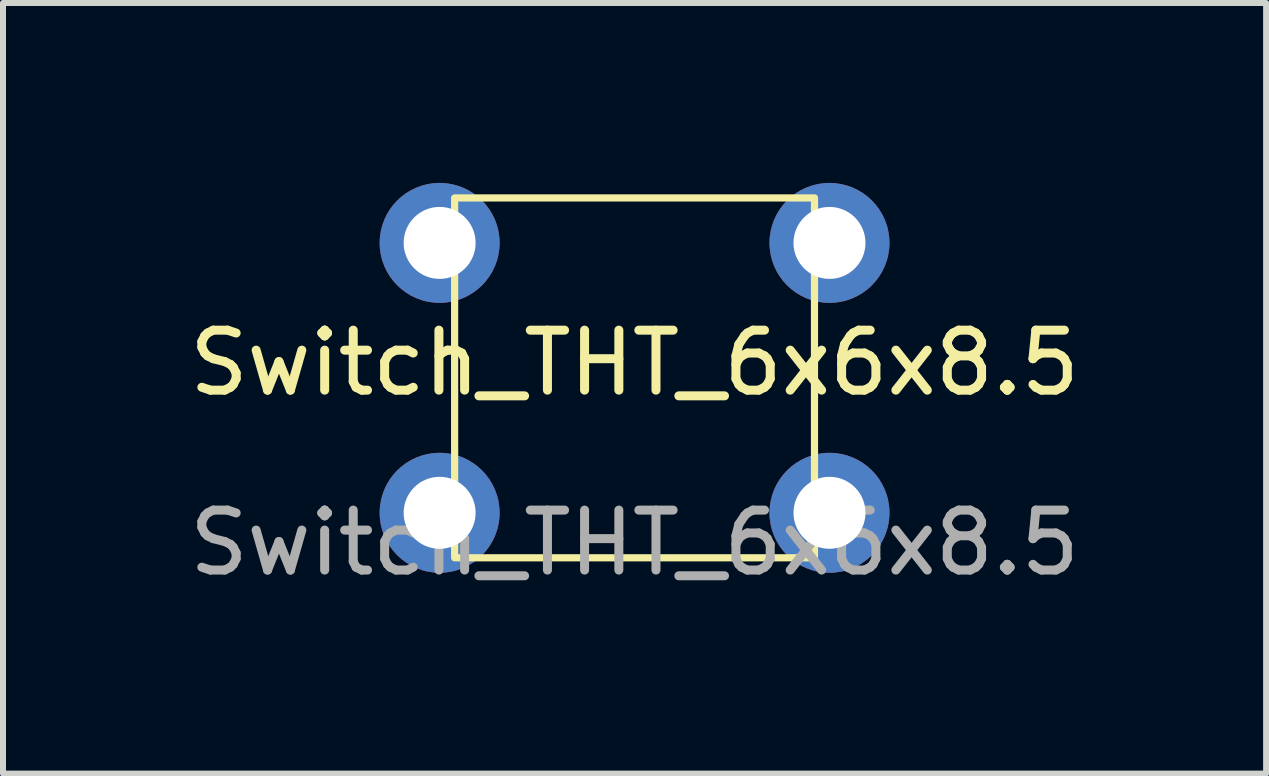
<source format=kicad_pcb>
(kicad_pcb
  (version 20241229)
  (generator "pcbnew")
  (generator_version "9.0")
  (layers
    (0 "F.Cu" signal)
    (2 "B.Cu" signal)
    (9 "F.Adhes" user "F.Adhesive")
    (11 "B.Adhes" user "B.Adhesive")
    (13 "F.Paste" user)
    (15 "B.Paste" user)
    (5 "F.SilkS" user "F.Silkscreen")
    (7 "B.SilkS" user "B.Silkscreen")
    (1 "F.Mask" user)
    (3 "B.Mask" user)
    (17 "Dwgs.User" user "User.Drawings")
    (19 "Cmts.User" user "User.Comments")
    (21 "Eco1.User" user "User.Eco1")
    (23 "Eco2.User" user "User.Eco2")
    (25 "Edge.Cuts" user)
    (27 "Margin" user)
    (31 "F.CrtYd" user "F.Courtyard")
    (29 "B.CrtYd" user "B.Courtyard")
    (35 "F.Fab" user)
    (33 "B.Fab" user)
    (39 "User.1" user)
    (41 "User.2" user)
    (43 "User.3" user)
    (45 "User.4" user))
  (footprint "Switch_THT_6x6x8.5"
    (layer "F.Cu")
    (at 7.53 3.5)
    (property "Reference" "Switch_THT_6x6x8.5" (at 0 -0.5 0) (unlocked yes) (layer "F.SilkS") (effects (font (size 1 1) (thickness 0.15))))
    (attr through_hole)
    (fp_rect (start -3 -3.25) (end 3 2.75) (stroke (width 0.12) (type solid)) (fill no) (layer "F.SilkS"))
    (fp_text user "${REFERENCE}" (at 0 2.5 0) (unlocked yes) (layer "F.Fab") (effects (font (size 1 1) (thickness 0.15))))
    (pad "1" thru_hole circle (at 3.25 -2.5) (size 2 2) (drill 1.2) (layers "*.Cu" "*.Mask"))
    (pad "2" thru_hole circle (at -3.25 -2.5) (size 2 2) (drill 1.2) (layers "*.Cu" "*.Mask"))
    (pad "3" thru_hole circle (at -3.25 2) (size 2 2) (drill 1.2) (layers "*.Cu" "*.Mask"))
    (pad "4" thru_hole circle (at 3.25 2) (size 2 2) (drill 1.2) (layers "*.Cu" "*.Mask")))
  (gr_rect
    (start -3 -3)
    (end 18.06 9.848)
    (stroke (width 0.1) (type default))
    (fill no)
    (layer "Edge.Cuts")))
</source>
